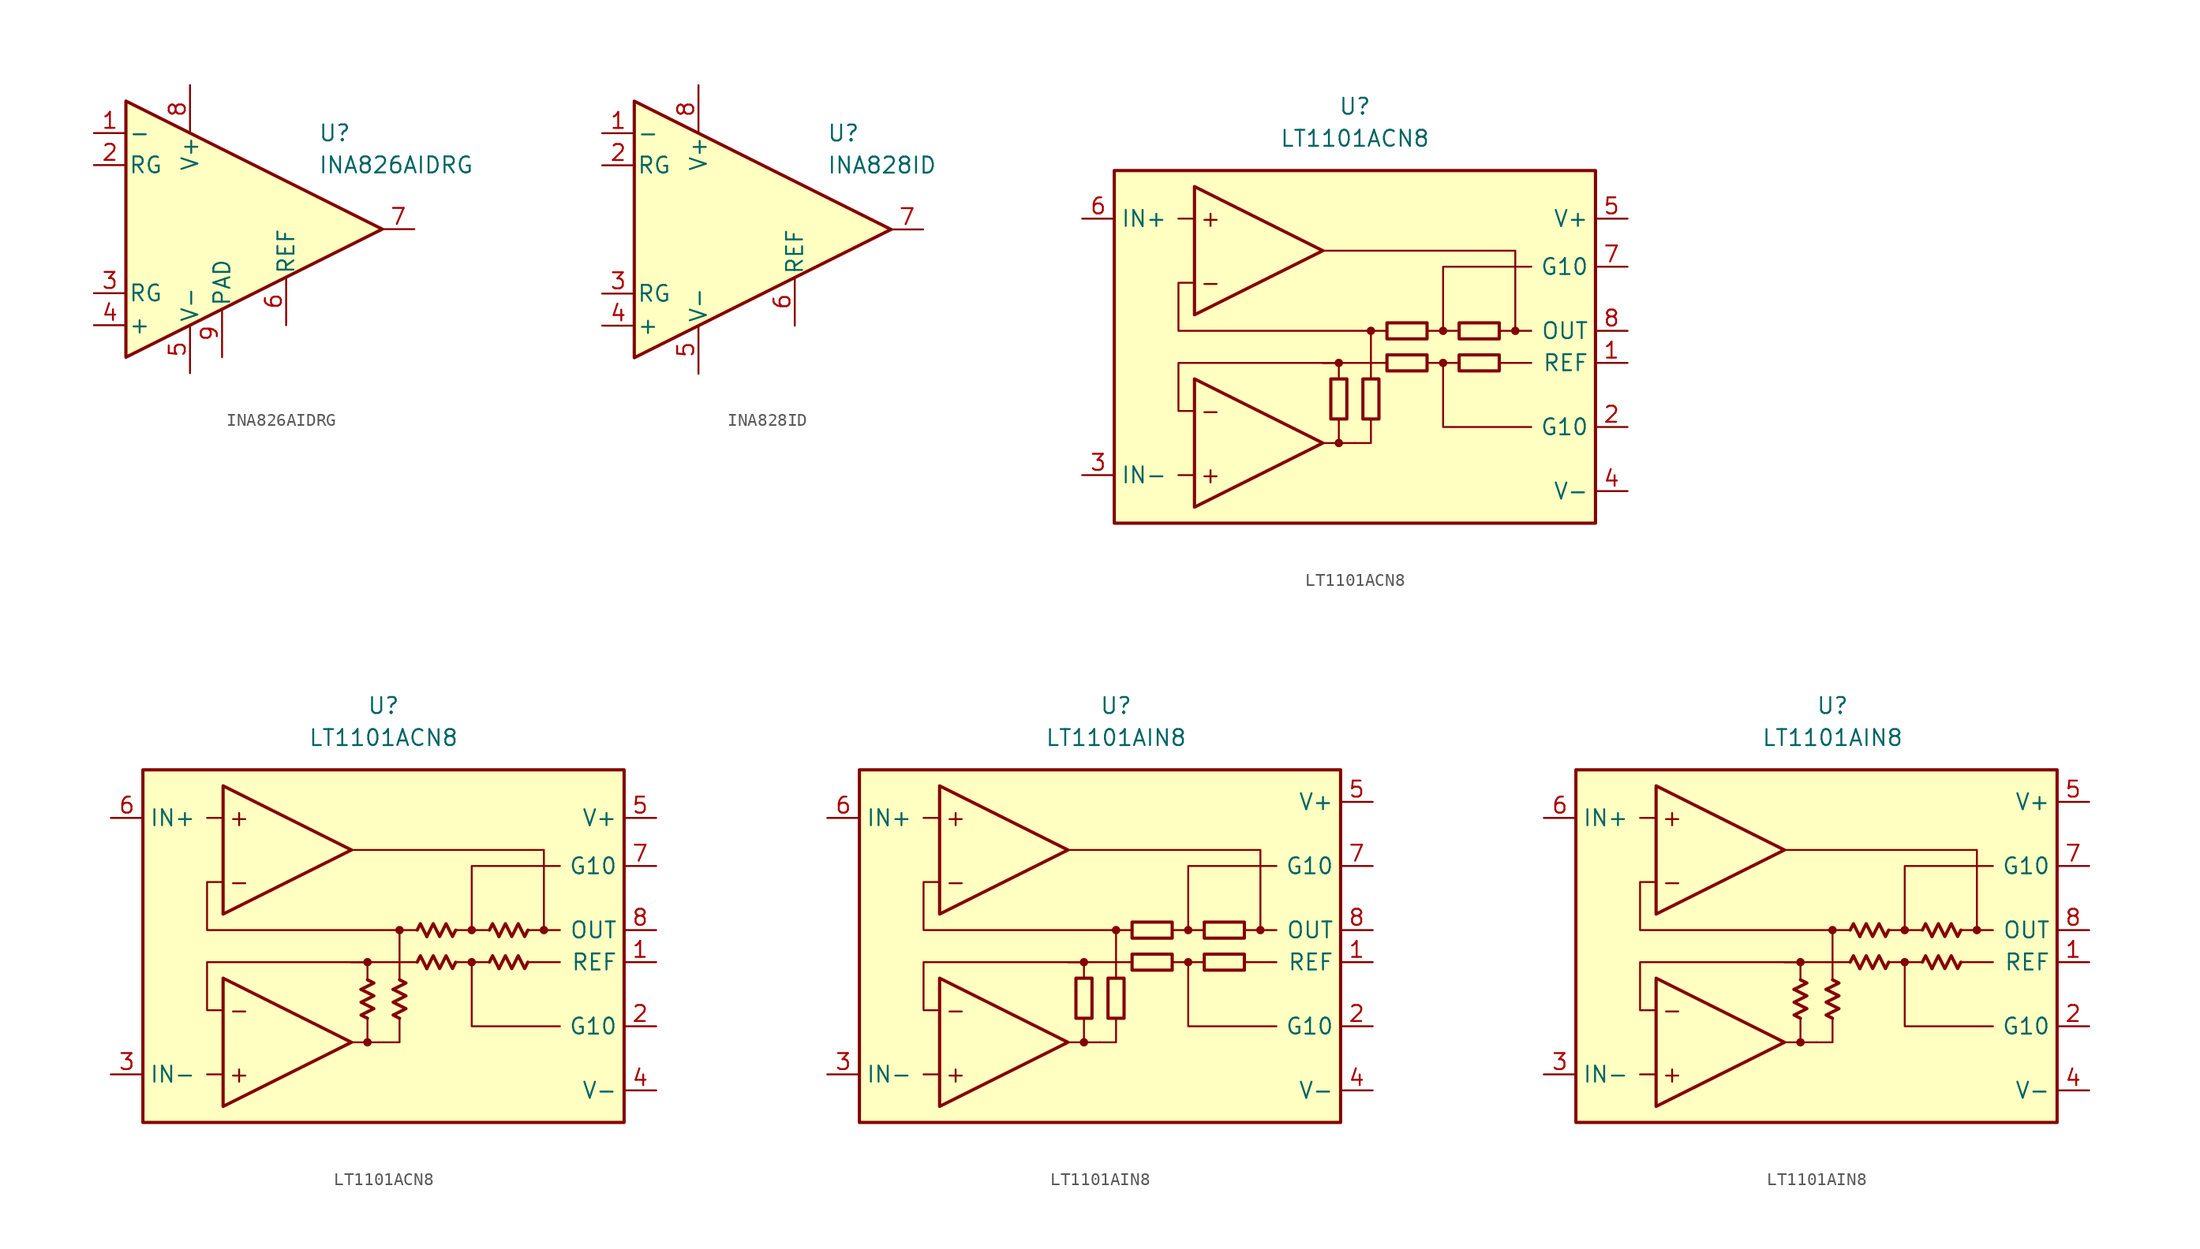
<source format=kicad_sym>
(kicad_symbol_lib
  (version 20231120)
  (generator "kicad_symbol_editor")
  (generator_version "8.0")
  (symbol "INA826AIDRG"
    (pin_names
      (offset 0.2))
    (property "Reference" "U"
      (at 6.35 7.62 0)
      (effects (font (size 1.27 1.27)) (justify left)))
    (property "Value" "INA826AIDRG"
      (at 6.35 5.08 0)
      (effects (font (size 1.27 1.27)) (justify left)))
    (symbol "INA826AIDRG_0_1"
      (polyline (pts (xy -8.89 10.16) (xy -8.89 -10.16) (xy 11.43 0) (xy -8.89 10.16)) (stroke (width 0.254) (type default)) (fill (type background))))
    (symbol "INA826AIDRG_1_1"
      (pin input line (at -11.43 7.62 0) (length 2.54) (name "-" (effects (font (size 1.27 1.27)))) (number "1" (effects (font (size 1.27 1.27)))))
      (pin passive line (at -11.43 5.08 0) (length 2.54) (name "RG" (effects (font (size 1.27 1.27)))) (number "2" (effects (font (size 1.27 1.27)))))
      (pin passive line (at -11.43 -5.08 0) (length 2.54) (name "RG" (effects (font (size 1.27 1.27)))) (number "3" (effects (font (size 1.27 1.27)))))
      (pin input line (at -11.43 -7.62 0) (length 2.54) (name "+" (effects (font (size 1.27 1.27)))) (number "4" (effects (font (size 1.27 1.27)))))
      (pin power_in line (at -3.81 -11.43 90) (length 3.81) (name "V-" (effects (font (size 1.27 1.27)))) (number "5" (effects (font (size 1.27 1.27)))))
      (pin input line (at 3.81 -7.62 90) (length 3.81) (name "REF" (effects (font (size 1.27 1.27)))) (number "6" (effects (font (size 1.27 1.27)))))
      (pin output line (at 13.97 0 180) (length 2.54) (name "~" (effects (font (size 1.27 1.27)))) (number "7" (effects (font (size 1.27 1.27)))))
      (pin power_in line (at -3.81 11.43 270) (length 3.81) (name "V+" (effects (font (size 1.27 1.27)))) (number "8" (effects (font (size 1.27 1.27)))))
      (pin power_in line (at -1.27 -10.16 90) (length 3.81) (name "PAD" (effects (font (size 1.27 1.27)))) (number "9" (effects (font (size 1.27 1.27)))))))
  (symbol "INA828ID"
    (pin_names
      (offset 0.2))
    (property "Reference" "U"
      (at 6.35 7.62 0)
      (effects (font (size 1.27 1.27)) (justify left)))
    (property "Value" "INA828ID"
      (at 6.35 5.08 0)
      (effects (font (size 1.27 1.27)) (justify left)))
    (symbol "INA828ID_0_1"
      (polyline (pts (xy -8.89 10.16) (xy -8.89 -10.16) (xy 11.43 0) (xy -8.89 10.16)) (stroke (width 0.254) (type default)) (fill (type background))))
    (symbol "INA828ID_1_1"
      (pin input line (at -11.43 7.62 0) (length 2.54) (name "-" (effects (font (size 1.27 1.27)))) (number "1" (effects (font (size 1.27 1.27)))))
      (pin passive line (at -11.43 5.08 0) (length 2.54) (name "RG" (effects (font (size 1.27 1.27)))) (number "2" (effects (font (size 1.27 1.27)))))
      (pin passive line (at -11.43 -5.08 0) (length 2.54) (name "RG" (effects (font (size 1.27 1.27)))) (number "3" (effects (font (size 1.27 1.27)))))
      (pin input line (at -11.43 -7.62 0) (length 2.54) (name "+" (effects (font (size 1.27 1.27)))) (number "4" (effects (font (size 1.27 1.27)))))
      (pin power_in line (at -3.81 -11.43 90) (length 3.81) (name "V-" (effects (font (size 1.27 1.27)))) (number "5" (effects (font (size 1.27 1.27)))))
      (pin input line (at 3.81 -7.62 90) (length 3.81) (name "REF" (effects (font (size 1.27 1.27)))) (number "6" (effects (font (size 1.27 1.27)))))
      (pin output line (at 13.97 0 180) (length 2.54) (name "~" (effects (font (size 1.27 1.27)))) (number "7" (effects (font (size 1.27 1.27)))))
      (pin power_in line (at -3.81 11.43 270) (length 3.81) (name "V+" (effects (font (size 1.27 1.27)))) (number "8" (effects (font (size 1.27 1.27)))))))
  (symbol "LT1101ACN8"
    (property "Reference" "U"
      (at 0 19.05 0)
      (effects (font (size 1.27 1.27))))
    (property "Value" "LT1101ACN8"
      (at 0 16.51 0)
      (effects (font (size 1.27 1.27))))
    (symbol "LT1101ACN8_0_0"
      (rectangle (start -19.05 13.97) (end 19.05 -13.97) (stroke (width 0.254) (type default)) (fill (type background)))
      (circle (center -1.27 -7.62) (radius 0.254) (stroke (width 0.152) (type default)) (fill (type outline)))
      (circle (center -1.27 -1.27) (radius 0.254) (stroke (width 0.152) (type default)) (fill (type outline)))
      (polyline (pts (xy -12.7 -10.16) (xy -13.97 -10.16)) (stroke (width 0.152) (type default)) (fill (type none)))
      (polyline (pts (xy -12.7 10.16) (xy -13.97 10.16)) (stroke (width 0.152) (type default)) (fill (type none)))
      (polyline (pts (xy -2.54 -7.62) (xy 0 -7.62)) (stroke (width 0.152) (type default)) (fill (type none)))
      (polyline (pts (xy -1.27 -5.715) (xy -1.27 -7.62)) (stroke (width 0.152) (type default)) (fill (type none)))
      (polyline (pts (xy -1.27 -2.54) (xy -1.27 -1.27)) (stroke (width 0.152) (type default)) (fill (type none)))
      (polyline (pts (xy 1.27 -2.54) (xy 1.27 -1.27)) (stroke (width 0.152) (type default)) (fill (type none)))
      (polyline (pts (xy 1.27 -1.27) (xy 1.27 1.27)) (stroke (width 0.152) (type default)) (fill (type none)))
      (polyline (pts (xy 2.54 -1.27) (xy -2.54 -1.27)) (stroke (width 0.152) (type default)) (fill (type none)))
      (polyline (pts (xy 6.985 -1.27) (xy 5.715 -1.27)) (stroke (width 0.152) (type default)) (fill (type none)))
      (polyline (pts (xy 6.985 1.27) (xy 5.715 1.27)) (stroke (width 0.152) (type default)) (fill (type none)))
      (polyline (pts (xy 8.255 -1.27) (xy 6.985 -1.27)) (stroke (width 0.152) (type default)) (fill (type none)))
      (polyline (pts (xy 8.255 1.27) (xy 6.985 1.27)) (stroke (width 0.152) (type default)) (fill (type none)))
      (polyline (pts (xy 12.7 1.27) (xy 13.97 1.27)) (stroke (width 0.152) (type default)) (fill (type none)))
      (polyline (pts (xy 13.97 -1.27) (xy 11.43 -1.27)) (stroke (width 0.152) (type default)) (fill (type none)))
      (polyline (pts (xy 0 -7.62) (xy 1.27 -7.62) (xy 1.27 -5.715)) (stroke (width 0.152) (type default)) (fill (type none)))
      (polyline (pts (xy 6.985 1.27) (xy 6.985 6.35) (xy 13.97 6.35)) (stroke (width 0.152) (type default)) (fill (type none)))
      (polyline (pts (xy 13.97 -6.35) (xy 6.985 -6.35) (xy 6.985 -1.27)) (stroke (width 0.152) (type default)) (fill (type none)))
      (polyline (pts (xy -1.27 -1.27) (xy -13.97 -1.27) (xy -13.97 -5.08) (xy -12.7 -5.08)) (stroke (width 0.152) (type default)) (fill (type none)))
      (polyline (pts (xy 11.43 1.27) (xy 12.7 1.27) (xy 12.7 7.62) (xy -2.54 7.62)) (stroke (width 0.152) (type default)) (fill (type none)))
      (polyline (pts (xy 2.54 1.27) (xy -13.97 1.27) (xy -13.97 5.08) (xy -13.97 5.08) (xy -12.7 5.08)) (stroke (width 0.152) (type default)) (fill (type none)))
      (circle (center 1.27 1.27) (radius 0.254) (stroke (width 0.152) (type default)) (fill (type outline)))
      (circle (center 6.985 -1.27) (radius 0.254) (stroke (width 0.152) (type default)) (fill (type outline)))
      (circle (center 6.985 1.27) (radius 0.254) (stroke (width 0.152) (type default)) (fill (type outline)))
      (circle (center 12.7 1.27) (radius 0.254) (stroke (width 0.152) (type default)) (fill (type outline)))
      (text "+" (at -11.43 -10.16 0) (effects (font (size 1.27 1.27))))
      (text "+" (at -11.43 10.16 0) (effects (font (size 1.27 1.27))))
      (text "-" (at -11.43 -5.08 0) (effects (font (size 1.27 1.27))))
      (text "-" (at -11.43 5.08 0) (effects (font (size 1.27 1.27)))))
    (symbol "LT1101ACN8_0_1"
      (rectangle (start -1.905 -5.715) (end -0.635 -2.54) (stroke (width 0.254) (type default)) (fill (type none)))
      (rectangle (start 0.635 -5.715) (end 1.905 -2.54) (stroke (width 0.254) (type default)) (fill (type none)))
      (rectangle (start 2.54 1.905) (end 5.715 0.635) (stroke (width 0.254) (type default)) (fill (type none)))
      (rectangle (start 5.715 -1.905) (end 2.54 -0.635) (stroke (width 0.254) (type default)) (fill (type none)))
      (rectangle (start 11.43 -1.905) (end 8.255 -0.635) (stroke (width 0.254) (type default)) (fill (type none)))
      (rectangle (start 11.43 0.635) (end 8.255 1.905) (stroke (width 0.254) (type default)) (fill (type none))))
    (symbol "LT1101ACN8_0_2"
      (polyline (pts (xy -1.778 -3.429) (xy -0.762 -2.921) (xy -1.27 -2.667)) (stroke (width 0.254) (type default)) (fill (type none)))
      (polyline (pts (xy 0.762 -3.429) (xy 1.778 -2.921) (xy 1.27 -2.667)) (stroke (width 0.254) (type default)) (fill (type none)))
      (polyline (pts (xy 3.429 -1.778) (xy 2.921 -0.762) (xy 2.667 -1.27)) (stroke (width 0.254) (type default)) (fill (type none)))
      (polyline (pts (xy 3.429 0.762) (xy 2.921 1.778) (xy 2.667 1.27)) (stroke (width 0.254) (type default)) (fill (type none)))
      (polyline (pts (xy 9.144 -1.778) (xy 8.636 -0.762) (xy 8.382 -1.27)) (stroke (width 0.254) (type default)) (fill (type none)))
      (polyline (pts (xy 9.144 0.762) (xy 8.636 1.778) (xy 8.382 1.27)) (stroke (width 0.254) (type default)) (fill (type none)))
      (polyline (pts (xy -1.27 -5.715) (xy -1.778 -5.461) (xy -0.762 -4.953) (xy -1.778 -4.445) (xy -0.762 -3.937) (xy -1.778 -3.429)) (stroke (width 0.254) (type default)) (fill (type none)))
      (polyline (pts (xy 1.27 -5.715) (xy 0.762 -5.461) (xy 1.778 -4.953) (xy 0.762 -4.445) (xy 1.778 -3.937) (xy 0.762 -3.429)) (stroke (width 0.254) (type default)) (fill (type none)))
      (polyline (pts (xy 5.715 -1.27) (xy 5.461 -1.778) (xy 4.953 -0.762) (xy 4.445 -1.778) (xy 3.937 -0.762) (xy 3.429 -1.778)) (stroke (width 0.254) (type default)) (fill (type none)))
      (polyline (pts (xy 5.715 1.27) (xy 5.461 0.762) (xy 4.953 1.778) (xy 4.445 0.762) (xy 3.937 1.778) (xy 3.429 0.762)) (stroke (width 0.254) (type default)) (fill (type none)))
      (polyline (pts (xy 11.43 -1.27) (xy 11.176 -1.778) (xy 10.668 -0.762) (xy 10.16 -1.778) (xy 9.652 -0.762) (xy 9.144 -1.778)) (stroke (width 0.254) (type default)) (fill (type none)))
      (polyline (pts (xy 11.43 1.27) (xy 11.176 0.762) (xy 10.668 1.778) (xy 10.16 0.762) (xy 9.652 1.778) (xy 9.144 0.762)) (stroke (width 0.254) (type default)) (fill (type none))))
    (symbol "LT1101ACN8_1_0"
      (polyline (pts (xy -12.7 -2.54) (xy -12.7 -12.7) (xy -2.54 -7.62) (xy -12.7 -2.54)) (stroke (width 0.254) (type default)) (fill (type background)))
      (polyline (pts (xy -12.7 12.7) (xy -12.7 2.54) (xy -2.54 7.62) (xy -12.7 12.7)) (stroke (width 0.254) (type default)) (fill (type background))))
    (symbol "LT1101ACN8_1_1"
      (pin input line (at 21.59 -1.27 180) (length 2.54) (name "REF" (effects (font (size 1.27 1.27)))) (number "1" (effects (font (size 1.27 1.27)))))
      (pin passive line (at 21.59 -6.35 180) (length 2.54) (name "G10" (effects (font (size 1.27 1.27)))) (number "2" (effects (font (size 1.27 1.27)))))
      (pin input line (at -21.59 -10.16 0) (length 2.54) (name "IN-" (effects (font (size 1.27 1.27)))) (number "3" (effects (font (size 1.27 1.27)))))
      (pin power_in line (at 21.59 -11.43 180) (length 2.54) (name "V-" (effects (font (size 1.27 1.27)))) (number "4" (effects (font (size 1.27 1.27)))))
      (pin power_in line (at 21.59 10.16 180) (length 2.54) (name "V+" (effects (font (size 1.27 1.27)))) (number "5" (effects (font (size 1.27 1.27)))))
      (pin input line (at -21.59 10.16 0) (length 2.54) (name "IN+" (effects (font (size 1.27 1.27)))) (number "6" (effects (font (size 1.27 1.27)))))
      (pin passive line (at 21.59 6.35 180) (length 2.54) (name "G10" (effects (font (size 1.27 1.27)))) (number "7" (effects (font (size 1.27 1.27)))))
      (pin output line (at 21.59 1.27 180) (length 2.54) (name "OUT" (effects (font (size 1.27 1.27)))) (number "8" (effects (font (size 1.27 1.27))))))
    (symbol "LT1101ACN8_1_2"
      (pin input line (at 21.59 -1.27 180) (length 2.54) (name "REF" (effects (font (size 1.27 1.27)))) (number "1" (effects (font (size 1.27 1.27)))))
      (pin passive line (at 21.59 -6.35 180) (length 2.54) (name "G10" (effects (font (size 1.27 1.27)))) (number "2" (effects (font (size 1.27 1.27)))))
      (pin input line (at -21.59 -10.16 0) (length 2.54) (name "IN-" (effects (font (size 1.27 1.27)))) (number "3" (effects (font (size 1.27 1.27)))))
      (pin power_in line (at 21.59 -11.43 180) (length 2.54) (name "V-" (effects (font (size 1.27 1.27)))) (number "4" (effects (font (size 1.27 1.27)))))
      (pin power_in line (at 21.59 10.16 180) (length 2.54) (name "V+" (effects (font (size 1.27 1.27)))) (number "5" (effects (font (size 1.27 1.27)))))
      (pin input line (at -21.59 10.16 0) (length 2.54) (name "IN+" (effects (font (size 1.27 1.27)))) (number "6" (effects (font (size 1.27 1.27)))))
      (pin passive line (at 21.59 6.35 180) (length 2.54) (name "G10" (effects (font (size 1.27 1.27)))) (number "7" (effects (font (size 1.27 1.27)))))
      (pin output line (at 21.59 1.27 180) (length 2.54) (name "OUT" (effects (font (size 1.27 1.27)))) (number "8" (effects (font (size 1.27 1.27)))))))
  (symbol "LT1101AIN8"
    (property "Reference" "U"
      (at 0 19.05 0)
      (effects (font (size 1.27 1.27))))
    (property "Value" "LT1101AIN8"
      (at 0 16.51 0)
      (effects (font (size 1.27 1.27))))
    (symbol "LT1101AIN8_0_0"
      (rectangle (start -20.32 13.97) (end 17.78 -13.97) (stroke (width 0.254) (type default)) (fill (type background)))
      (circle (center -2.54 -7.62) (radius 0.254) (stroke (width 0.152) (type default)) (fill (type outline)))
      (circle (center -2.54 -1.27) (radius 0.254) (stroke (width 0.152) (type default)) (fill (type outline)))
      (polyline (pts (xy -13.97 -10.16) (xy -15.24 -10.16)) (stroke (width 0.152) (type default)) (fill (type none)))
      (polyline (pts (xy -13.97 10.16) (xy -15.24 10.16)) (stroke (width 0.152) (type default)) (fill (type none)))
      (polyline (pts (xy -3.81 -7.62) (xy -1.27 -7.62)) (stroke (width 0.152) (type default)) (fill (type none)))
      (polyline (pts (xy -2.54 -5.715) (xy -2.54 -7.62)) (stroke (width 0.152) (type default)) (fill (type none)))
      (polyline (pts (xy -2.54 -2.54) (xy -2.54 -1.27)) (stroke (width 0.152) (type default)) (fill (type none)))
      (polyline (pts (xy 0 -2.54) (xy 0 -1.27)) (stroke (width 0.152) (type default)) (fill (type none)))
      (polyline (pts (xy 0 -1.27) (xy 0 1.27)) (stroke (width 0.152) (type default)) (fill (type none)))
      (polyline (pts (xy 1.27 -1.27) (xy -3.81 -1.27)) (stroke (width 0.152) (type default)) (fill (type none)))
      (polyline (pts (xy 5.715 -1.27) (xy 4.445 -1.27)) (stroke (width 0.152) (type default)) (fill (type none)))
      (polyline (pts (xy 5.715 1.27) (xy 4.445 1.27)) (stroke (width 0.152) (type default)) (fill (type none)))
      (polyline (pts (xy 6.985 -1.27) (xy 5.715 -1.27)) (stroke (width 0.152) (type default)) (fill (type none)))
      (polyline (pts (xy 6.985 1.27) (xy 5.715 1.27)) (stroke (width 0.152) (type default)) (fill (type none)))
      (polyline (pts (xy 11.43 1.27) (xy 12.7 1.27)) (stroke (width 0.152) (type default)) (fill (type none)))
      (polyline (pts (xy 12.7 -1.27) (xy 10.16 -1.27)) (stroke (width 0.152) (type default)) (fill (type none)))
      (polyline (pts (xy -1.27 -7.62) (xy 0 -7.62) (xy 0 -5.715)) (stroke (width 0.152) (type default)) (fill (type none)))
      (polyline (pts (xy 5.715 1.27) (xy 5.715 6.35) (xy 12.7 6.35)) (stroke (width 0.152) (type default)) (fill (type none)))
      (polyline (pts (xy 12.7 -6.35) (xy 5.715 -6.35) (xy 5.715 -1.27)) (stroke (width 0.152) (type default)) (fill (type none)))
      (polyline (pts (xy -2.54 -1.27) (xy -15.24 -1.27) (xy -15.24 -5.08) (xy -13.97 -5.08)) (stroke (width 0.152) (type default)) (fill (type none)))
      (polyline (pts (xy 10.16 1.27) (xy 11.43 1.27) (xy 11.43 7.62) (xy -3.81 7.62)) (stroke (width 0.152) (type default)) (fill (type none)))
      (polyline (pts (xy 1.27 1.27) (xy -15.24 1.27) (xy -15.24 5.08) (xy -15.24 5.08) (xy -13.97 5.08)) (stroke (width 0.152) (type default)) (fill (type none)))
      (circle (center 0 1.27) (radius 0.254) (stroke (width 0.152) (type default)) (fill (type outline)))
      (circle (center 5.715 -1.27) (radius 0.254) (stroke (width 0.152) (type default)) (fill (type outline)))
      (circle (center 5.715 1.27) (radius 0.254) (stroke (width 0.152) (type default)) (fill (type outline)))
      (circle (center 11.43 1.27) (radius 0.254) (stroke (width 0.152) (type default)) (fill (type outline)))
      (text "+" (at -12.7 -10.16 0) (effects (font (size 1.27 1.27))))
      (text "+" (at -12.7 10.16 0) (effects (font (size 1.27 1.27))))
      (text "-" (at -12.7 -5.08 0) (effects (font (size 1.27 1.27))))
      (text "-" (at -12.7 5.08 0) (effects (font (size 1.27 1.27)))))
    (symbol "LT1101AIN8_0_1"
      (rectangle (start -3.175 -5.715) (end -1.905 -2.54) (stroke (width 0.254) (type default)) (fill (type none)))
      (rectangle (start -0.635 -5.715) (end 0.635 -2.54) (stroke (width 0.254) (type default)) (fill (type none)))
      (rectangle (start 1.27 1.905) (end 4.445 0.635) (stroke (width 0.254) (type default)) (fill (type none)))
      (rectangle (start 4.445 -1.905) (end 1.27 -0.635) (stroke (width 0.254) (type default)) (fill (type none)))
      (rectangle (start 10.16 -1.905) (end 6.985 -0.635) (stroke (width 0.254) (type default)) (fill (type none)))
      (rectangle (start 10.16 0.635) (end 6.985 1.905) (stroke (width 0.254) (type default)) (fill (type none))))
    (symbol "LT1101AIN8_0_2"
      (polyline (pts (xy -3.048 -3.429) (xy -2.032 -2.921) (xy -2.54 -2.667)) (stroke (width 0.254) (type default)) (fill (type none)))
      (polyline (pts (xy -0.508 -3.429) (xy 0.508 -2.921) (xy 0 -2.667)) (stroke (width 0.254) (type default)) (fill (type none)))
      (polyline (pts (xy 2.159 -1.778) (xy 1.651 -0.762) (xy 1.397 -1.27)) (stroke (width 0.254) (type default)) (fill (type none)))
      (polyline (pts (xy 2.159 0.762) (xy 1.651 1.778) (xy 1.397 1.27)) (stroke (width 0.254) (type default)) (fill (type none)))
      (polyline (pts (xy 7.874 -1.778) (xy 7.366 -0.762) (xy 7.112 -1.27)) (stroke (width 0.254) (type default)) (fill (type none)))
      (polyline (pts (xy 7.874 0.762) (xy 7.366 1.778) (xy 7.112 1.27)) (stroke (width 0.254) (type default)) (fill (type none)))
      (polyline (pts (xy -2.54 -5.715) (xy -3.048 -5.461) (xy -2.032 -4.953) (xy -3.048 -4.445) (xy -2.032 -3.937) (xy -3.048 -3.429)) (stroke (width 0.254) (type default)) (fill (type none)))
      (polyline (pts (xy 0 -5.715) (xy -0.508 -5.461) (xy 0.508 -4.953) (xy -0.508 -4.445) (xy 0.508 -3.937) (xy -0.508 -3.429)) (stroke (width 0.254) (type default)) (fill (type none)))
      (polyline (pts (xy 4.445 -1.27) (xy 4.191 -1.778) (xy 3.683 -0.762) (xy 3.175 -1.778) (xy 2.667 -0.762) (xy 2.159 -1.778)) (stroke (width 0.254) (type default)) (fill (type none)))
      (polyline (pts (xy 4.445 1.27) (xy 4.191 0.762) (xy 3.683 1.778) (xy 3.175 0.762) (xy 2.667 1.778) (xy 2.159 0.762)) (stroke (width 0.254) (type default)) (fill (type none)))
      (polyline (pts (xy 10.16 -1.27) (xy 9.906 -1.778) (xy 9.398 -0.762) (xy 8.89 -1.778) (xy 8.382 -0.762) (xy 7.874 -1.778)) (stroke (width 0.254) (type default)) (fill (type none)))
      (polyline (pts (xy 10.16 1.27) (xy 9.906 0.762) (xy 9.398 1.778) (xy 8.89 0.762) (xy 8.382 1.778) (xy 7.874 0.762)) (stroke (width 0.254) (type default)) (fill (type none))))
    (symbol "LT1101AIN8_1_0"
      (polyline (pts (xy -13.97 -2.54) (xy -13.97 -12.7) (xy -3.81 -7.62) (xy -13.97 -2.54)) (stroke (width 0.254) (type default)) (fill (type background)))
      (polyline (pts (xy -13.97 12.7) (xy -13.97 2.54) (xy -3.81 7.62) (xy -13.97 12.7)) (stroke (width 0.254) (type default)) (fill (type background))))
    (symbol "LT1101AIN8_1_1"
      (pin input line (at 20.32 -1.27 180) (length 2.54) (name "REF" (effects (font (size 1.27 1.27)))) (number "1" (effects (font (size 1.27 1.27)))))
      (pin passive line (at 20.32 -6.35 180) (length 2.54) (name "G10" (effects (font (size 1.27 1.27)))) (number "2" (effects (font (size 1.27 1.27)))))
      (pin input line (at -22.86 -10.16 0) (length 2.54) (name "IN-" (effects (font (size 1.27 1.27)))) (number "3" (effects (font (size 1.27 1.27)))))
      (pin power_in line (at 20.32 -11.43 180) (length 2.54) (name "V-" (effects (font (size 1.27 1.27)))) (number "4" (effects (font (size 1.27 1.27)))))
      (pin power_in line (at 20.32 11.43 180) (length 2.54) (name "V+" (effects (font (size 1.27 1.27)))) (number "5" (effects (font (size 1.27 1.27)))))
      (pin input line (at -22.86 10.16 0) (length 2.54) (name "IN+" (effects (font (size 1.27 1.27)))) (number "6" (effects (font (size 1.27 1.27)))))
      (pin passive line (at 20.32 6.35 180) (length 2.54) (name "G10" (effects (font (size 1.27 1.27)))) (number "7" (effects (font (size 1.27 1.27)))))
      (pin output line (at 20.32 1.27 180) (length 2.54) (name "OUT" (effects (font (size 1.27 1.27)))) (number "8" (effects (font (size 1.27 1.27))))))
    (symbol "LT1101AIN8_1_2"
      (pin input line (at 20.32 -1.27 180) (length 2.54) (name "REF" (effects (font (size 1.27 1.27)))) (number "1" (effects (font (size 1.27 1.27)))))
      (pin passive line (at 20.32 -6.35 180) (length 2.54) (name "G10" (effects (font (size 1.27 1.27)))) (number "2" (effects (font (size 1.27 1.27)))))
      (pin input line (at -22.86 -10.16 0) (length 2.54) (name "IN-" (effects (font (size 1.27 1.27)))) (number "3" (effects (font (size 1.27 1.27)))))
      (pin power_in line (at 20.32 -11.43 180) (length 2.54) (name "V-" (effects (font (size 1.27 1.27)))) (number "4" (effects (font (size 1.27 1.27)))))
      (pin power_in line (at 20.32 11.43 180) (length 2.54) (name "V+" (effects (font (size 1.27 1.27)))) (number "5" (effects (font (size 1.27 1.27)))))
      (pin input line (at -22.86 10.16 0) (length 2.54) (name "IN+" (effects (font (size 1.27 1.27)))) (number "6" (effects (font (size 1.27 1.27)))))
      (pin passive line (at 20.32 6.35 180) (length 2.54) (name "G10" (effects (font (size 1.27 1.27)))) (number "7" (effects (font (size 1.27 1.27)))))
      (pin output line (at 20.32 1.27 180) (length 2.54) (name "OUT" (effects (font (size 1.27 1.27)))) (number "8" (effects (font (size 1.27 1.27))))))))
</source>
